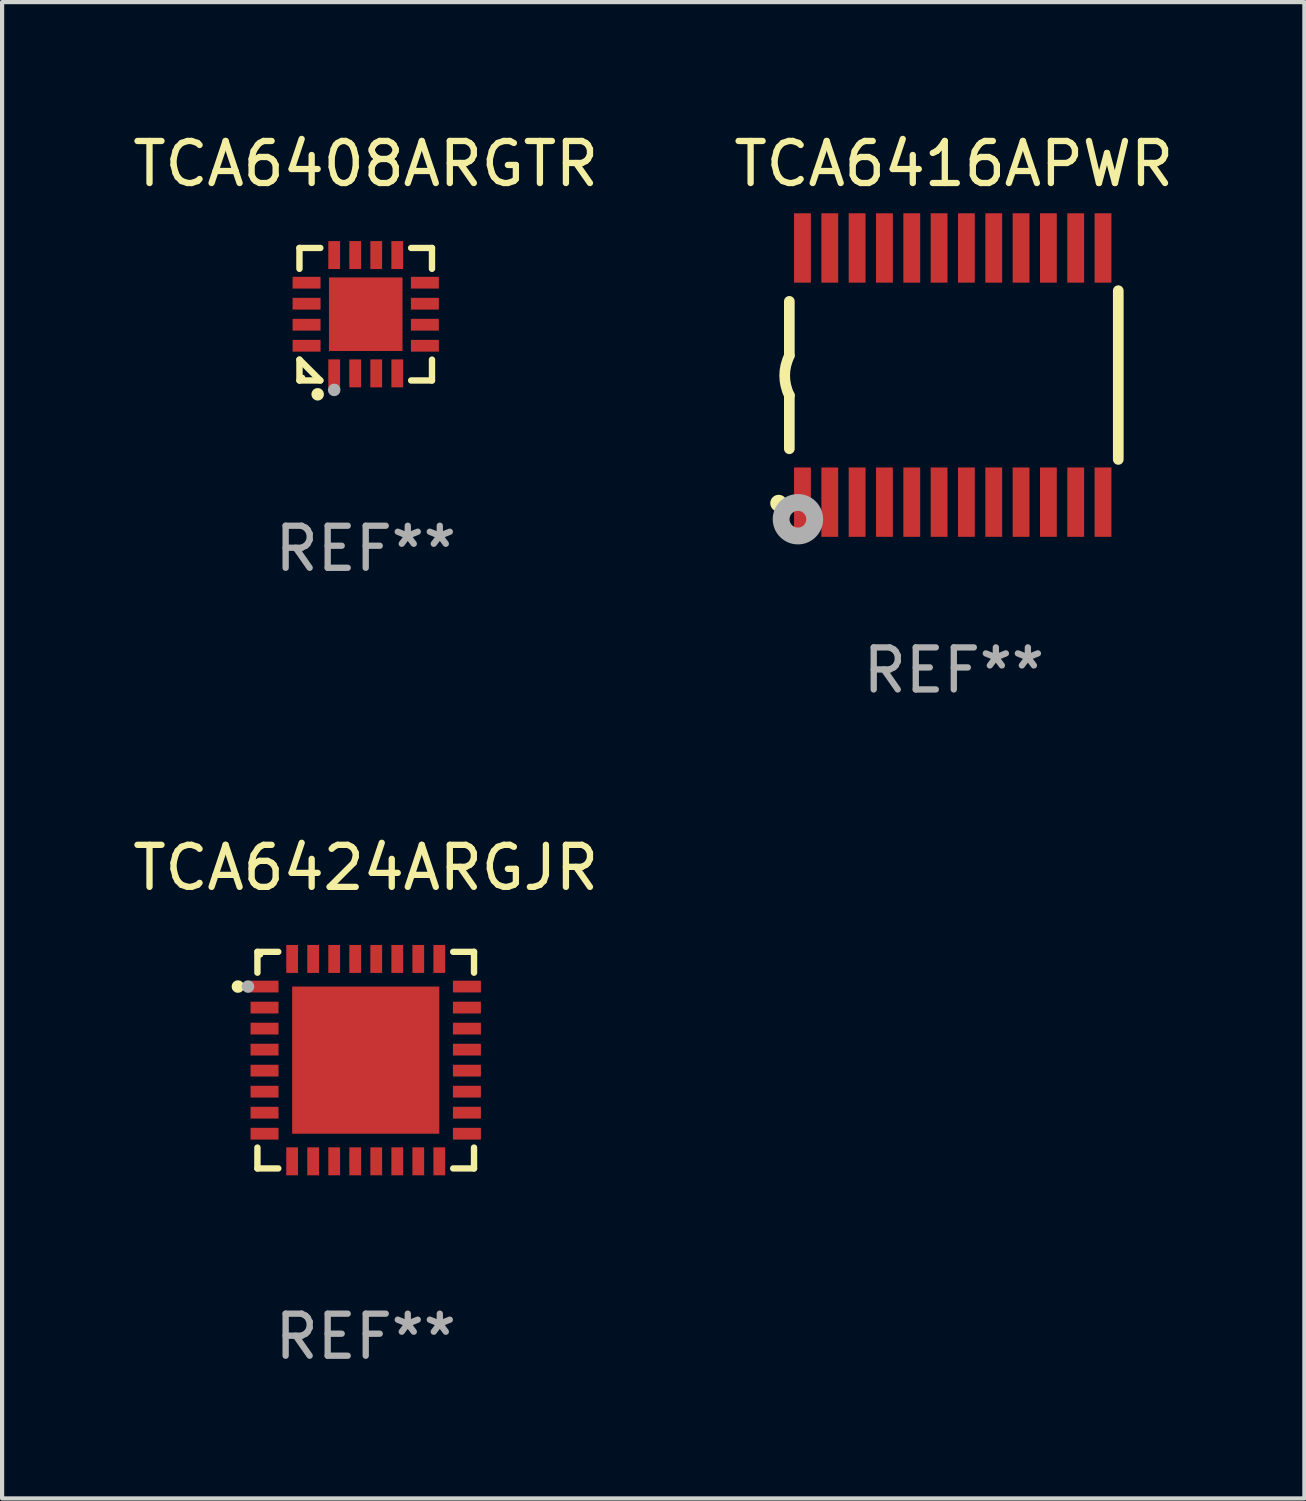
<source format=kicad_pcb>
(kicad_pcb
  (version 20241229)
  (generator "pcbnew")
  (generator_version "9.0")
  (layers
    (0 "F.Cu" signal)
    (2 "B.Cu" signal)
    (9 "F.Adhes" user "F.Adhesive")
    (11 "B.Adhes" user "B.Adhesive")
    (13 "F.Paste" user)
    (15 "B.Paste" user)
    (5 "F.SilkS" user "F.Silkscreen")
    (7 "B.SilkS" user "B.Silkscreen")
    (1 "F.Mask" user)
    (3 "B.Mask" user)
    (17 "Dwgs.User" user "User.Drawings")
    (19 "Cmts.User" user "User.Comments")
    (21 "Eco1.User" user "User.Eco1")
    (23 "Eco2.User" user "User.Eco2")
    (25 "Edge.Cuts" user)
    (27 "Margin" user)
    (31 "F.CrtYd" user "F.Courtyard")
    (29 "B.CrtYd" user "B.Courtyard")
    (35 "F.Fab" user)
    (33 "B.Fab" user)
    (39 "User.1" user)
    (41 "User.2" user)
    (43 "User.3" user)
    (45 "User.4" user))
  (footprint "TCA6408ARGTR"
    (layer "F.Cu")
    (at 5.649 4.424)
    (property "Reference" "TCA6408ARGTR" (at 0 -3.576 0) (layer "F.SilkS") (effects (font (size 1 1) (thickness 0.15))))
    (attr through_hole)
    (fp_line (start -1.576 -1.576) (end -1.08 -1.576) (stroke (width 0.152) (type solid)) (layer "F.SilkS"))
    (fp_line (start -1.576 -1.08) (end -1.576 -1.576) (stroke (width 0.152) (type solid)) (layer "F.SilkS"))
    (fp_line (start -1.576 1.08) (end -1.576 1.576) (stroke (width 0.152) (type solid)) (layer "F.SilkS"))
    (fp_line (start -1.576 1.576) (end -1.08 1.576) (stroke (width 0.152) (type solid)) (layer "F.SilkS"))
    (fp_line (start -1.08 1.576) (end -1.576 1.08) (stroke (width 0.152) (type solid)) (layer "F.SilkS"))
    (fp_line (start 1.576 -1.576) (end 1.08 -1.576) (stroke (width 0.152) (type solid)) (layer "F.SilkS"))
    (fp_line (start 1.576 -1.08) (end 1.576 -1.576) (stroke (width 0.152) (type solid)) (layer "F.SilkS"))
    (fp_line (start 1.576 1.08) (end 1.576 1.576) (stroke (width 0.152) (type solid)) (layer "F.SilkS"))
    (fp_line (start 1.576 1.576) (end 1.08 1.576) (stroke (width 0.152) (type solid)) (layer "F.SilkS"))
    (fp_circle (center -1.5 1.5) (end -1.47 1.5) (stroke (width 0.06) (type solid)) (fill no) (layer "F.SilkS"))
    (fp_circle (center -1.143 1.905) (end -1.068 1.905) (stroke (width 0.15) (type solid)) (fill no) (layer "F.SilkS"))
    (fp_circle (center -0.75 1.8) (end -0.675 1.8) (stroke (width 0.15) (type solid)) (fill no) (layer "F.Fab"))
    (fp_text user "REF**" (at 0 5.576 0) (layer "F.Fab") (effects (font (size 1 1) (thickness 0.15))))
    (pad "1" smd rect (at -0.75 1.407) (size 0.28 0.665) (layers "F.Cu" "F.Mask" "F.Paste"))
    (pad "2" smd rect (at -0.25 1.407) (size 0.28 0.665) (layers "F.Cu" "F.Mask" "F.Paste"))
    (pad "3" smd rect (at 0.25 1.407) (size 0.28 0.665) (layers "F.Cu" "F.Mask" "F.Paste"))
    (pad "4" smd rect (at 0.75 1.407) (size 0.28 0.665) (layers "F.Cu" "F.Mask" "F.Paste"))
    (pad "5" smd rect (at 1.407 0.75) (size 0.665 0.28) (layers "F.Cu" "F.Mask" "F.Paste"))
    (pad "6" smd rect (at 1.407 0.25) (size 0.665 0.28) (layers "F.Cu" "F.Mask" "F.Paste"))
    (pad "7" smd rect (at 1.407 -0.25) (size 0.665 0.28) (layers "F.Cu" "F.Mask" "F.Paste"))
    (pad "8" smd rect (at 1.407 -0.75) (size 0.665 0.28) (layers "F.Cu" "F.Mask" "F.Paste"))
    (pad "9" smd rect (at 0.75 -1.407) (size 0.28 0.665) (layers "F.Cu" "F.Mask" "F.Paste"))
    (pad "10" smd rect (at 0.25 -1.407) (size 0.28 0.665) (layers "F.Cu" "F.Mask" "F.Paste"))
    (pad "11" smd rect (at -0.25 -1.407) (size 0.28 0.665) (layers "F.Cu" "F.Mask" "F.Paste"))
    (pad "12" smd rect (at -0.75 -1.407) (size 0.28 0.665) (layers "F.Cu" "F.Mask" "F.Paste"))
    (pad "13" smd rect (at -1.407 -0.75) (size 0.665 0.28) (layers "F.Cu" "F.Mask" "F.Paste"))
    (pad "14" smd rect (at -1.407 -0.25) (size 0.665 0.28) (layers "F.Cu" "F.Mask" "F.Paste"))
    (pad "15" smd rect (at -1.407 0.25) (size 0.665 0.28) (layers "F.Cu" "F.Mask" "F.Paste"))
    (pad "16" smd rect (at -1.407 0.75) (size 0.665 0.28) (layers "F.Cu" "F.Mask" "F.Paste"))
    (pad "17" smd rect (at 0 0) (size 1.75 1.75) (layers "F.Cu" "F.Mask" "F.Paste")))
  (footprint "TCA6416APWR"
    (layer "F.Cu")
    (at 19.637 5.871)
    (property "Reference" "TCA6416APWR" (at 0 -5.023 0) (layer "F.SilkS") (effects (font (size 1 1) (thickness 0.15))))
    (attr through_hole)
    (fp_line (start -3.912 -0.483) (end -3.912 -1.753) (stroke (width 0.254) (type solid)) (layer "F.SilkS"))
    (fp_line (start -3.912 1.753) (end -3.912 0.483) (stroke (width 0.254) (type solid)) (layer "F.SilkS"))
    (fp_line (start 3.912 -2.007) (end 3.912 2.007) (stroke (width 0.254) (type solid)) (layer "F.SilkS"))
    (fp_arc (start -3.911608 0.482601) (mid -4.022537 0.0127) (end -3.911608 -0.457201) (stroke (width 0.254001) (type solid)) (layer "F.SilkS"))
    (fp_circle (center -4.166 3.048) (end -4.066 3.048) (stroke (width 0.2) (type solid)) (fill no) (layer "F.SilkS"))
    (fp_circle (center -3.925 3.186) (end -3.895 3.186) (stroke (width 0.06) (type solid)) (fill no) (layer "F.SilkS"))
    (fp_circle (center -3.708 3.429) (end -3.509 3.429) (stroke (width 0.4) (type solid)) (fill no) (layer "F.Fab"))
    (fp_text user "REF**" (at 0 7.023 0) (layer "F.Fab") (effects (font (size 1 1) (thickness 0.15))))
    (pad "1" smd rect (at -3.6 3.023) (size 0.4 1.65) (layers "F.Cu" "F.Mask" "F.Paste"))
    (pad "2" smd rect (at -2.95 3.023) (size 0.4 1.65) (layers "F.Cu" "F.Mask" "F.Paste"))
    (pad "3" smd rect (at -2.3 3.023) (size 0.4 1.65) (layers "F.Cu" "F.Mask" "F.Paste"))
    (pad "4" smd rect (at -1.65 3.023) (size 0.4 1.65) (layers "F.Cu" "F.Mask" "F.Paste"))
    (pad "5" smd rect (at -1 3.023) (size 0.4 1.65) (layers "F.Cu" "F.Mask" "F.Paste"))
    (pad "6" smd rect (at -0.35 3.023) (size 0.4 1.65) (layers "F.Cu" "F.Mask" "F.Paste"))
    (pad "7" smd rect (at 0.299 3.023) (size 0.4 1.65) (layers "F.Cu" "F.Mask" "F.Paste"))
    (pad "8" smd rect (at 0.95 3.023) (size 0.4 1.65) (layers "F.Cu" "F.Mask" "F.Paste"))
    (pad "9" smd rect (at 1.6 3.023) (size 0.4 1.65) (layers "F.Cu" "F.Mask" "F.Paste"))
    (pad "10" smd rect (at 2.25 3.023) (size 0.4 1.65) (layers "F.Cu" "F.Mask" "F.Paste"))
    (pad "11" smd rect (at 2.9 3.023) (size 0.4 1.65) (layers "F.Cu" "F.Mask" "F.Paste"))
    (pad "12" smd rect (at 3.549 3.023) (size 0.4 1.65) (layers "F.Cu" "F.Mask" "F.Paste"))
    (pad "13" smd rect (at 3.549 -3.023) (size 0.4 1.65) (layers "F.Cu" "F.Mask" "F.Paste"))
    (pad "14" smd rect (at 2.9 -3.023) (size 0.4 1.65) (layers "F.Cu" "F.Mask" "F.Paste"))
    (pad "15" smd rect (at 2.25 -3.023) (size 0.4 1.65) (layers "F.Cu" "F.Mask" "F.Paste"))
    (pad "16" smd rect (at 1.6 -3.023) (size 0.4 1.65) (layers "F.Cu" "F.Mask" "F.Paste"))
    (pad "17" smd rect (at 0.95 -3.023) (size 0.4 1.65) (layers "F.Cu" "F.Mask" "F.Paste"))
    (pad "18" smd rect (at 0.299 -3.023) (size 0.4 1.65) (layers "F.Cu" "F.Mask" "F.Paste"))
    (pad "19" smd rect (at -0.35 -3.023) (size 0.4 1.65) (layers "F.Cu" "F.Mask" "F.Paste"))
    (pad "20" smd rect (at -1 -3.023) (size 0.4 1.65) (layers "F.Cu" "F.Mask" "F.Paste"))
    (pad "21" smd rect (at -1.65 -3.023) (size 0.4 1.65) (layers "F.Cu" "F.Mask" "F.Paste"))
    (pad "22" smd rect (at -2.3 -3.023) (size 0.4 1.65) (layers "F.Cu" "F.Mask" "F.Paste"))
    (pad "23" smd rect (at -2.95 -3.023) (size 0.4 1.65) (layers "F.Cu" "F.Mask" "F.Paste"))
    (pad "24" smd rect (at -3.6 -3.023) (size 0.4 1.65) (layers "F.Cu" "F.Mask" "F.Paste")))
  (footprint "TCA6424ARGJR"
    (layer "F.Cu")
    (at 5.649 22.166)
    (property "Reference" "TCA6424ARGJR" (at 0 -4.576 0) (layer "F.SilkS") (effects (font (size 1 1) (thickness 0.15))))
    (attr through_hole)
    (fp_line (start -2.576 -2.576) (end -2.576 -2.08) (stroke (width 0.152) (type solid)) (layer "F.SilkS"))
    (fp_line (start -2.576 2.576) (end -2.576 2.08) (stroke (width 0.152) (type solid)) (layer "F.SilkS"))
    (fp_line (start -2.08 -2.576) (end -2.576 -2.576) (stroke (width 0.152) (type solid)) (layer "F.SilkS"))
    (fp_line (start -2.08 2.576) (end -2.576 2.576) (stroke (width 0.152) (type solid)) (layer "F.SilkS"))
    (fp_line (start 2.08 -2.576) (end 2.576 -2.576) (stroke (width 0.152) (type solid)) (layer "F.SilkS"))
    (fp_line (start 2.08 2.576) (end 2.576 2.576) (stroke (width 0.152) (type solid)) (layer "F.SilkS"))
    (fp_line (start 2.576 -2.576) (end 2.576 -2.08) (stroke (width 0.152) (type solid)) (layer "F.SilkS"))
    (fp_line (start 2.576 2.576) (end 2.576 2.08) (stroke (width 0.152) (type solid)) (layer "F.SilkS"))
    (fp_circle (center -3.04 -1.75) (end -2.965 -1.75) (stroke (width 0.15) (type solid)) (fill no) (layer "F.SilkS"))
    (fp_circle (center -2.5 -2.5) (end -2.47 -2.5) (stroke (width 0.06) (type solid)) (fill no) (layer "F.SilkS"))
    (fp_circle (center -2.8 -1.75) (end -2.725 -1.75) (stroke (width 0.15) (type solid)) (fill no) (layer "F.Fab"))
    (fp_text user "REF**" (at 0 6.576 0) (layer "F.Fab") (effects (font (size 1 1) (thickness 0.15))))
    (pad "1" smd rect (at -2.407 -1.75) (size 0.665 0.28) (layers "F.Cu" "F.Mask" "F.Paste"))
    (pad "2" smd rect (at -2.407 -1.25) (size 0.665 0.28) (layers "F.Cu" "F.Mask" "F.Paste"))
    (pad "3" smd rect (at -2.407 -0.75) (size 0.665 0.28) (layers "F.Cu" "F.Mask" "F.Paste"))
    (pad "4" smd rect (at -2.407 -0.25) (size 0.665 0.28) (layers "F.Cu" "F.Mask" "F.Paste"))
    (pad "5" smd rect (at -2.407 0.25) (size 0.665 0.28) (layers "F.Cu" "F.Mask" "F.Paste"))
    (pad "6" smd rect (at -2.407 0.75) (size 0.665 0.28) (layers "F.Cu" "F.Mask" "F.Paste"))
    (pad "7" smd rect (at -2.407 1.25) (size 0.665 0.28) (layers "F.Cu" "F.Mask" "F.Paste"))
    (pad "8" smd rect (at -2.407 1.75) (size 0.665 0.28) (layers "F.Cu" "F.Mask" "F.Paste"))
    (pad "9" smd rect (at -1.75 2.407) (size 0.28 0.665) (layers "F.Cu" "F.Mask" "F.Paste"))
    (pad "10" smd rect (at -1.25 2.407) (size 0.28 0.665) (layers "F.Cu" "F.Mask" "F.Paste"))
    (pad "11" smd rect (at -0.75 2.407) (size 0.28 0.665) (layers "F.Cu" "F.Mask" "F.Paste"))
    (pad "12" smd rect (at -0.25 2.407) (size 0.28 0.665) (layers "F.Cu" "F.Mask" "F.Paste"))
    (pad "13" smd rect (at 0.25 2.407) (size 0.28 0.665) (layers "F.Cu" "F.Mask" "F.Paste"))
    (pad "14" smd rect (at 0.75 2.407) (size 0.28 0.665) (layers "F.Cu" "F.Mask" "F.Paste"))
    (pad "15" smd rect (at 1.25 2.407) (size 0.28 0.665) (layers "F.Cu" "F.Mask" "F.Paste"))
    (pad "16" smd rect (at 1.75 2.407) (size 0.28 0.665) (layers "F.Cu" "F.Mask" "F.Paste"))
    (pad "17" smd rect (at 2.407 1.75) (size 0.665 0.28) (layers "F.Cu" "F.Mask" "F.Paste"))
    (pad "18" smd rect (at 2.407 1.25) (size 0.665 0.28) (layers "F.Cu" "F.Mask" "F.Paste"))
    (pad "19" smd rect (at 2.407 0.75) (size 0.665 0.28) (layers "F.Cu" "F.Mask" "F.Paste"))
    (pad "20" smd rect (at 2.407 0.25) (size 0.665 0.28) (layers "F.Cu" "F.Mask" "F.Paste"))
    (pad "21" smd rect (at 2.407 -0.25) (size 0.665 0.28) (layers "F.Cu" "F.Mask" "F.Paste"))
    (pad "22" smd rect (at 2.407 -0.75) (size 0.665 0.28) (layers "F.Cu" "F.Mask" "F.Paste"))
    (pad "23" smd rect (at 2.407 -1.25) (size 0.665 0.28) (layers "F.Cu" "F.Mask" "F.Paste"))
    (pad "24" smd rect (at 2.407 -1.75) (size 0.665 0.28) (layers "F.Cu" "F.Mask" "F.Paste"))
    (pad "25" smd rect (at 1.75 -2.407) (size 0.28 0.665) (layers "F.Cu" "F.Mask" "F.Paste"))
    (pad "26" smd rect (at 1.25 -2.407) (size 0.28 0.665) (layers "F.Cu" "F.Mask" "F.Paste"))
    (pad "27" smd rect (at 0.75 -2.407) (size 0.28 0.665) (layers "F.Cu" "F.Mask" "F.Paste"))
    (pad "28" smd rect (at 0.25 -2.407) (size 0.28 0.665) (layers "F.Cu" "F.Mask" "F.Paste"))
    (pad "29" smd rect (at -0.25 -2.407) (size 0.28 0.665) (layers "F.Cu" "F.Mask" "F.Paste"))
    (pad "30" smd rect (at -0.75 -2.407) (size 0.28 0.665) (layers "F.Cu" "F.Mask" "F.Paste"))
    (pad "31" smd rect (at -1.25 -2.407) (size 0.28 0.665) (layers "F.Cu" "F.Mask" "F.Paste"))
    (pad "32" smd rect (at -1.75 -2.407) (size 0.28 0.665) (layers "F.Cu" "F.Mask" "F.Paste"))
    (pad "33" smd rect (at 0 0) (size 3.5 3.5) (layers "F.Cu" "F.Mask" "F.Paste")))
  (gr_rect
    (start -3 -3)
    (end 27.976 32.591)
    (stroke (width 0.1) (type default))
    (fill no)
    (layer "Edge.Cuts")))
</source>
